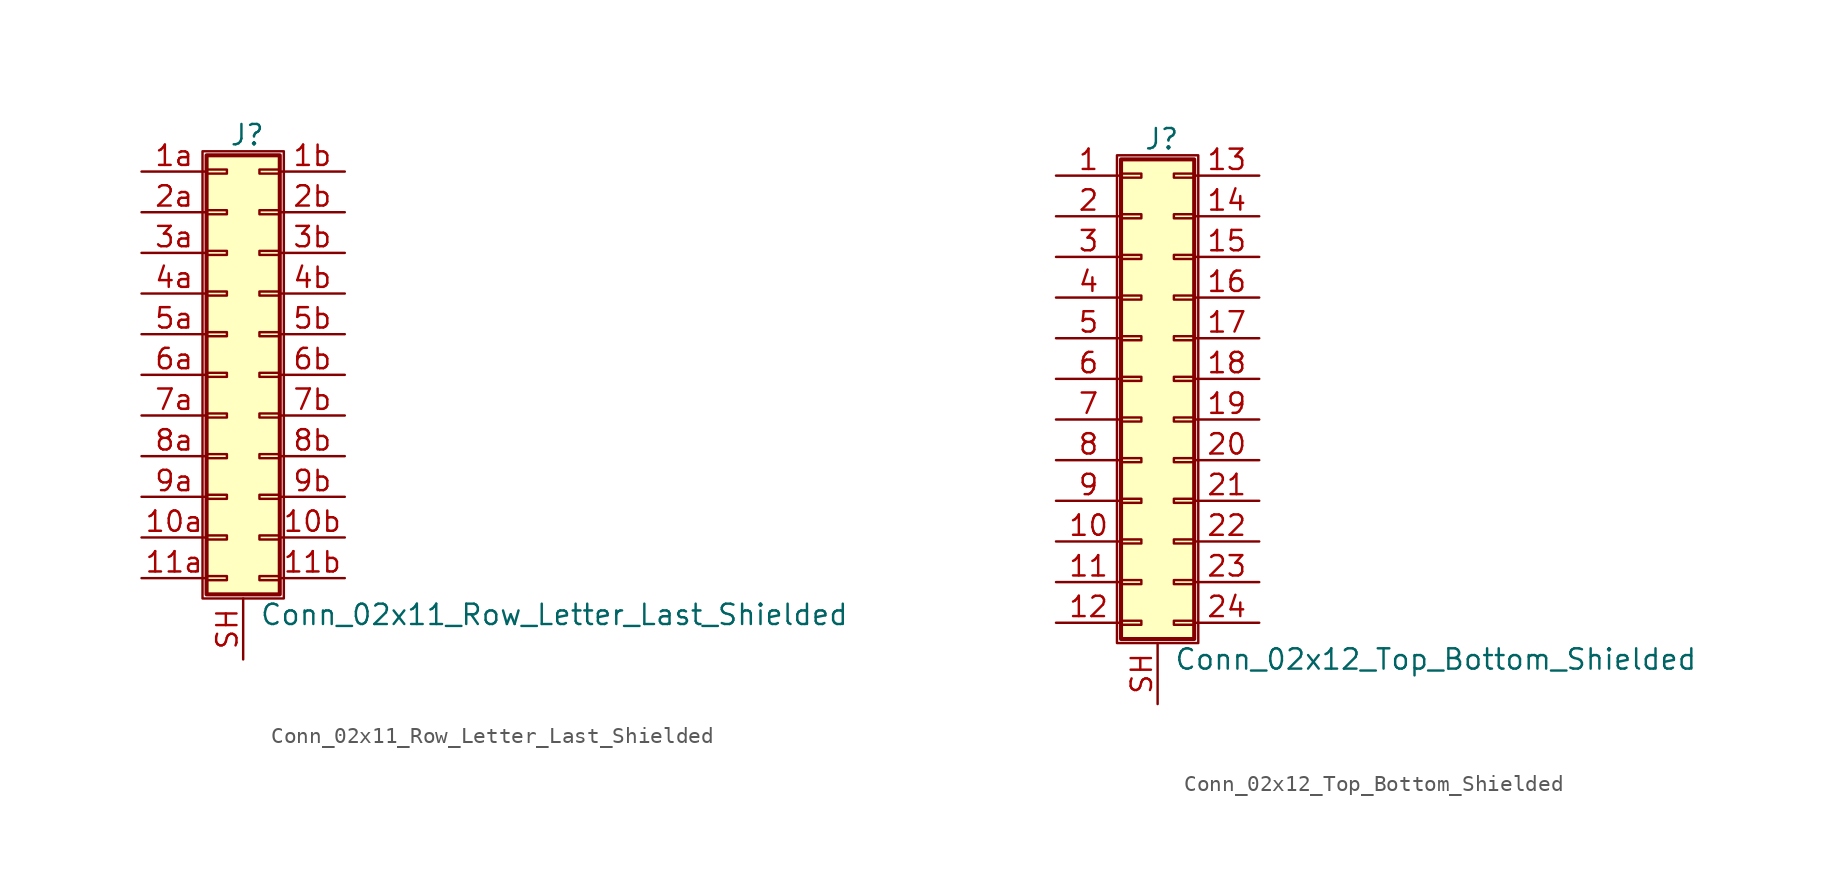
<source format=kicad_sym>
(kicad_symbol_lib
  (version 20201005)
  (generator kicad_symbol_editor)
  (symbol "Conn_02x11_Row_Letter_Last_Shielded"
    (pin_names
      (offset 1.016) hide)
    (property "Reference" "J"
      (at 1.524 14.986 0)
      (effects (font (size 1.27 1.27))))
    (property "Value" "Conn_02x11_Row_Letter_Last_Shielded"
      (at 2.286 -14.986 0)
      (effects (font (size 1.27 1.27)) (justify left)))
    (symbol "Conn_02x11_Row_Letter_Last_Shielded_1_1"
      (rectangle (start -1.27 13.97) (end 3.81 -13.97) (stroke (width 0.152)) (fill (type none)))
      (rectangle (start -1.016 -12.573) (end 0.254 -12.827) (stroke (width 0.152)) (fill (type none)))
      (rectangle (start -1.016 -10.033) (end 0.254 -10.287) (stroke (width 0.152)) (fill (type none)))
      (rectangle (start -1.016 -7.493) (end 0.254 -7.747) (stroke (width 0.152)) (fill (type none)))
      (rectangle (start -1.016 -4.953) (end 0.254 -5.207) (stroke (width 0.152)) (fill (type none)))
      (rectangle (start -1.016 -2.413) (end 0.254 -2.667) (stroke (width 0.152)) (fill (type none)))
      (rectangle (start -1.016 0.127) (end 0.254 -0.127) (stroke (width 0.152)) (fill (type none)))
      (rectangle (start -1.016 2.667) (end 0.254 2.413) (stroke (width 0.152)) (fill (type none)))
      (rectangle (start -1.016 5.207) (end 0.254 4.953) (stroke (width 0.152)) (fill (type none)))
      (rectangle (start -1.016 7.747) (end 0.254 7.493) (stroke (width 0.152)) (fill (type none)))
      (rectangle (start -1.016 10.287) (end 0.254 10.033) (stroke (width 0.152)) (fill (type none)))
      (rectangle (start -1.016 12.827) (end 0.254 12.573) (stroke (width 0.152)) (fill (type none)))
      (rectangle (start 3.556 -12.573) (end 2.286 -12.827) (stroke (width 0.152)) (fill (type none)))
      (rectangle (start 3.556 -10.033) (end 2.286 -10.287) (stroke (width 0.152)) (fill (type none)))
      (rectangle (start 3.556 -7.493) (end 2.286 -7.747) (stroke (width 0.152)) (fill (type none)))
      (rectangle (start 3.556 -4.953) (end 2.286 -5.207) (stroke (width 0.152)) (fill (type none)))
      (rectangle (start 3.556 -2.413) (end 2.286 -2.667) (stroke (width 0.152)) (fill (type none)))
      (rectangle (start 3.556 0.127) (end 2.286 -0.127) (stroke (width 0.152)) (fill (type none)))
      (rectangle (start 3.556 2.667) (end 2.286 2.413) (stroke (width 0.152)) (fill (type none)))
      (rectangle (start 3.556 5.207) (end 2.286 4.953) (stroke (width 0.152)) (fill (type none)))
      (rectangle (start 3.556 7.747) (end 2.286 7.493) (stroke (width 0.152)) (fill (type none)))
      (rectangle (start 3.556 10.287) (end 2.286 10.033) (stroke (width 0.152)) (fill (type none)))
      (rectangle (start 3.556 12.827) (end 2.286 12.573) (stroke (width 0.152)) (fill (type none)))
      (rectangle (start -1.016 13.716) (end 3.556 -13.716) (stroke (width 0.254)) (fill (type background)))
      (pin passive line (at -5.08 -10.16 0) (length 4.064) (name "Pin_10a" (effects (font (size 1.27 1.27)))) (number "10a" (effects (font (size 1.27 1.27)))))
      (pin passive line (at 7.62 -10.16 180) (length 4.064) (name "Pin_10b" (effects (font (size 1.27 1.27)))) (number "10b" (effects (font (size 1.27 1.27)))))
      (pin passive line (at -5.08 -12.7 0) (length 4.064) (name "Pin_11a" (effects (font (size 1.27 1.27)))) (number "11a" (effects (font (size 1.27 1.27)))))
      (pin passive line (at 7.62 -12.7 180) (length 4.064) (name "Pin_11b" (effects (font (size 1.27 1.27)))) (number "11b" (effects (font (size 1.27 1.27)))))
      (pin passive line (at -5.08 12.7 0) (length 4.064) (name "Pin_1a" (effects (font (size 1.27 1.27)))) (number "1a" (effects (font (size 1.27 1.27)))))
      (pin passive line (at 7.62 12.7 180) (length 4.064) (name "Pin_1b" (effects (font (size 1.27 1.27)))) (number "1b" (effects (font (size 1.27 1.27)))))
      (pin passive line (at -5.08 10.16 0) (length 4.064) (name "Pin_2a" (effects (font (size 1.27 1.27)))) (number "2a" (effects (font (size 1.27 1.27)))))
      (pin passive line (at 7.62 10.16 180) (length 4.064) (name "Pin_2b" (effects (font (size 1.27 1.27)))) (number "2b" (effects (font (size 1.27 1.27)))))
      (pin passive line (at -5.08 7.62 0) (length 4.064) (name "Pin_3a" (effects (font (size 1.27 1.27)))) (number "3a" (effects (font (size 1.27 1.27)))))
      (pin passive line (at 7.62 7.62 180) (length 4.064) (name "Pin_3b" (effects (font (size 1.27 1.27)))) (number "3b" (effects (font (size 1.27 1.27)))))
      (pin passive line (at -5.08 5.08 0) (length 4.064) (name "Pin_4a" (effects (font (size 1.27 1.27)))) (number "4a" (effects (font (size 1.27 1.27)))))
      (pin passive line (at 7.62 5.08 180) (length 4.064) (name "Pin_4b" (effects (font (size 1.27 1.27)))) (number "4b" (effects (font (size 1.27 1.27)))))
      (pin passive line (at -5.08 2.54 0) (length 4.064) (name "Pin_5a" (effects (font (size 1.27 1.27)))) (number "5a" (effects (font (size 1.27 1.27)))))
      (pin passive line (at 7.62 2.54 180) (length 4.064) (name "Pin_5b" (effects (font (size 1.27 1.27)))) (number "5b" (effects (font (size 1.27 1.27)))))
      (pin passive line (at -5.08 0 0) (length 4.064) (name "Pin_6a" (effects (font (size 1.27 1.27)))) (number "6a" (effects (font (size 1.27 1.27)))))
      (pin passive line (at 7.62 0 180) (length 4.064) (name "Pin_6b" (effects (font (size 1.27 1.27)))) (number "6b" (effects (font (size 1.27 1.27)))))
      (pin passive line (at -5.08 -2.54 0) (length 4.064) (name "Pin_7a" (effects (font (size 1.27 1.27)))) (number "7a" (effects (font (size 1.27 1.27)))))
      (pin passive line (at 7.62 -2.54 180) (length 4.064) (name "Pin_7b" (effects (font (size 1.27 1.27)))) (number "7b" (effects (font (size 1.27 1.27)))))
      (pin passive line (at -5.08 -5.08 0) (length 4.064) (name "Pin_8a" (effects (font (size 1.27 1.27)))) (number "8a" (effects (font (size 1.27 1.27)))))
      (pin passive line (at 7.62 -5.08 180) (length 4.064) (name "Pin_8b" (effects (font (size 1.27 1.27)))) (number "8b" (effects (font (size 1.27 1.27)))))
      (pin passive line (at -5.08 -7.62 0) (length 4.064) (name "Pin_9a" (effects (font (size 1.27 1.27)))) (number "9a" (effects (font (size 1.27 1.27)))))
      (pin passive line (at 7.62 -7.62 180) (length 4.064) (name "Pin_9b" (effects (font (size 1.27 1.27)))) (number "9b" (effects (font (size 1.27 1.27)))))
      (pin passive line (at 1.27 -17.78 90) (length 3.81) (name "Shield" (effects (font (size 1.27 1.27)))) (number "SH" (effects (font (size 1.27 1.27)))))))
  (symbol "Conn_02x12_Top_Bottom_Shielded"
    (pin_names
      (offset 1.016) hide)
    (property "Reference" "J"
      (at 1.524 14.986 0)
      (effects (font (size 1.27 1.27))))
    (property "Value" "Conn_02x12_Top_Bottom_Shielded"
      (at 2.286 -17.526 0)
      (effects (font (size 1.27 1.27)) (justify left)))
    (symbol "Conn_02x12_Top_Bottom_Shielded_1_1"
      (rectangle (start -1.27 13.97) (end 3.81 -16.51) (stroke (width 0.152)) (fill (type none)))
      (rectangle (start -1.016 -15.113) (end 0.254 -15.367) (stroke (width 0.152)) (fill (type none)))
      (rectangle (start -1.016 -12.573) (end 0.254 -12.827) (stroke (width 0.152)) (fill (type none)))
      (rectangle (start -1.016 -10.033) (end 0.254 -10.287) (stroke (width 0.152)) (fill (type none)))
      (rectangle (start -1.016 -7.493) (end 0.254 -7.747) (stroke (width 0.152)) (fill (type none)))
      (rectangle (start -1.016 -4.953) (end 0.254 -5.207) (stroke (width 0.152)) (fill (type none)))
      (rectangle (start -1.016 -2.413) (end 0.254 -2.667) (stroke (width 0.152)) (fill (type none)))
      (rectangle (start -1.016 0.127) (end 0.254 -0.127) (stroke (width 0.152)) (fill (type none)))
      (rectangle (start -1.016 2.667) (end 0.254 2.413) (stroke (width 0.152)) (fill (type none)))
      (rectangle (start -1.016 5.207) (end 0.254 4.953) (stroke (width 0.152)) (fill (type none)))
      (rectangle (start -1.016 7.747) (end 0.254 7.493) (stroke (width 0.152)) (fill (type none)))
      (rectangle (start -1.016 10.287) (end 0.254 10.033) (stroke (width 0.152)) (fill (type none)))
      (rectangle (start -1.016 12.827) (end 0.254 12.573) (stroke (width 0.152)) (fill (type none)))
      (rectangle (start 3.556 -15.113) (end 2.286 -15.367) (stroke (width 0.152)) (fill (type none)))
      (rectangle (start 3.556 -12.573) (end 2.286 -12.827) (stroke (width 0.152)) (fill (type none)))
      (rectangle (start 3.556 -10.033) (end 2.286 -10.287) (stroke (width 0.152)) (fill (type none)))
      (rectangle (start 3.556 -7.493) (end 2.286 -7.747) (stroke (width 0.152)) (fill (type none)))
      (rectangle (start 3.556 -4.953) (end 2.286 -5.207) (stroke (width 0.152)) (fill (type none)))
      (rectangle (start 3.556 -2.413) (end 2.286 -2.667) (stroke (width 0.152)) (fill (type none)))
      (rectangle (start 3.556 0.127) (end 2.286 -0.127) (stroke (width 0.152)) (fill (type none)))
      (rectangle (start 3.556 2.667) (end 2.286 2.413) (stroke (width 0.152)) (fill (type none)))
      (rectangle (start 3.556 5.207) (end 2.286 4.953) (stroke (width 0.152)) (fill (type none)))
      (rectangle (start 3.556 7.747) (end 2.286 7.493) (stroke (width 0.152)) (fill (type none)))
      (rectangle (start 3.556 10.287) (end 2.286 10.033) (stroke (width 0.152)) (fill (type none)))
      (rectangle (start 3.556 12.827) (end 2.286 12.573) (stroke (width 0.152)) (fill (type none)))
      (rectangle (start -1.016 13.716) (end 3.556 -16.256) (stroke (width 0.254)) (fill (type background)))
      (pin passive line (at -5.08 12.7 0) (length 4.064) (name "Pin_1" (effects (font (size 1.27 1.27)))) (number "1" (effects (font (size 1.27 1.27)))))
      (pin passive line (at -5.08 -10.16 0) (length 4.064) (name "Pin_10" (effects (font (size 1.27 1.27)))) (number "10" (effects (font (size 1.27 1.27)))))
      (pin passive line (at -5.08 -12.7 0) (length 4.064) (name "Pin_11" (effects (font (size 1.27 1.27)))) (number "11" (effects (font (size 1.27 1.27)))))
      (pin passive line (at -5.08 -15.24 0) (length 4.064) (name "Pin_12" (effects (font (size 1.27 1.27)))) (number "12" (effects (font (size 1.27 1.27)))))
      (pin passive line (at 7.62 12.7 180) (length 4.064) (name "Pin_13" (effects (font (size 1.27 1.27)))) (number "13" (effects (font (size 1.27 1.27)))))
      (pin passive line (at 7.62 10.16 180) (length 4.064) (name "Pin_14" (effects (font (size 1.27 1.27)))) (number "14" (effects (font (size 1.27 1.27)))))
      (pin passive line (at 7.62 7.62 180) (length 4.064) (name "Pin_15" (effects (font (size 1.27 1.27)))) (number "15" (effects (font (size 1.27 1.27)))))
      (pin passive line (at 7.62 5.08 180) (length 4.064) (name "Pin_16" (effects (font (size 1.27 1.27)))) (number "16" (effects (font (size 1.27 1.27)))))
      (pin passive line (at 7.62 2.54 180) (length 4.064) (name "Pin_17" (effects (font (size 1.27 1.27)))) (number "17" (effects (font (size 1.27 1.27)))))
      (pin passive line (at 7.62 0 180) (length 4.064) (name "Pin_18" (effects (font (size 1.27 1.27)))) (number "18" (effects (font (size 1.27 1.27)))))
      (pin passive line (at 7.62 -2.54 180) (length 4.064) (name "Pin_19" (effects (font (size 1.27 1.27)))) (number "19" (effects (font (size 1.27 1.27)))))
      (pin passive line (at -5.08 10.16 0) (length 4.064) (name "Pin_2" (effects (font (size 1.27 1.27)))) (number "2" (effects (font (size 1.27 1.27)))))
      (pin passive line (at 7.62 -5.08 180) (length 4.064) (name "Pin_20" (effects (font (size 1.27 1.27)))) (number "20" (effects (font (size 1.27 1.27)))))
      (pin passive line (at 7.62 -7.62 180) (length 4.064) (name "Pin_21" (effects (font (size 1.27 1.27)))) (number "21" (effects (font (size 1.27 1.27)))))
      (pin passive line (at 7.62 -10.16 180) (length 4.064) (name "Pin_22" (effects (font (size 1.27 1.27)))) (number "22" (effects (font (size 1.27 1.27)))))
      (pin passive line (at 7.62 -12.7 180) (length 4.064) (name "Pin_23" (effects (font (size 1.27 1.27)))) (number "23" (effects (font (size 1.27 1.27)))))
      (pin passive line (at 7.62 -15.24 180) (length 4.064) (name "Pin_24" (effects (font (size 1.27 1.27)))) (number "24" (effects (font (size 1.27 1.27)))))
      (pin passive line (at -5.08 7.62 0) (length 4.064) (name "Pin_3" (effects (font (size 1.27 1.27)))) (number "3" (effects (font (size 1.27 1.27)))))
      (pin passive line (at -5.08 5.08 0) (length 4.064) (name "Pin_4" (effects (font (size 1.27 1.27)))) (number "4" (effects (font (size 1.27 1.27)))))
      (pin passive line (at -5.08 2.54 0) (length 4.064) (name "Pin_5" (effects (font (size 1.27 1.27)))) (number "5" (effects (font (size 1.27 1.27)))))
      (pin passive line (at -5.08 0 0) (length 4.064) (name "Pin_6" (effects (font (size 1.27 1.27)))) (number "6" (effects (font (size 1.27 1.27)))))
      (pin passive line (at -5.08 -2.54 0) (length 4.064) (name "Pin_7" (effects (font (size 1.27 1.27)))) (number "7" (effects (font (size 1.27 1.27)))))
      (pin passive line (at -5.08 -5.08 0) (length 4.064) (name "Pin_8" (effects (font (size 1.27 1.27)))) (number "8" (effects (font (size 1.27 1.27)))))
      (pin passive line (at -5.08 -7.62 0) (length 4.064) (name "Pin_9" (effects (font (size 1.27 1.27)))) (number "9" (effects (font (size 1.27 1.27)))))
      (pin passive line (at 1.27 -20.32 90) (length 3.81) (name "Shield" (effects (font (size 1.27 1.27)))) (number "SH" (effects (font (size 1.27 1.27))))))))
</source>
